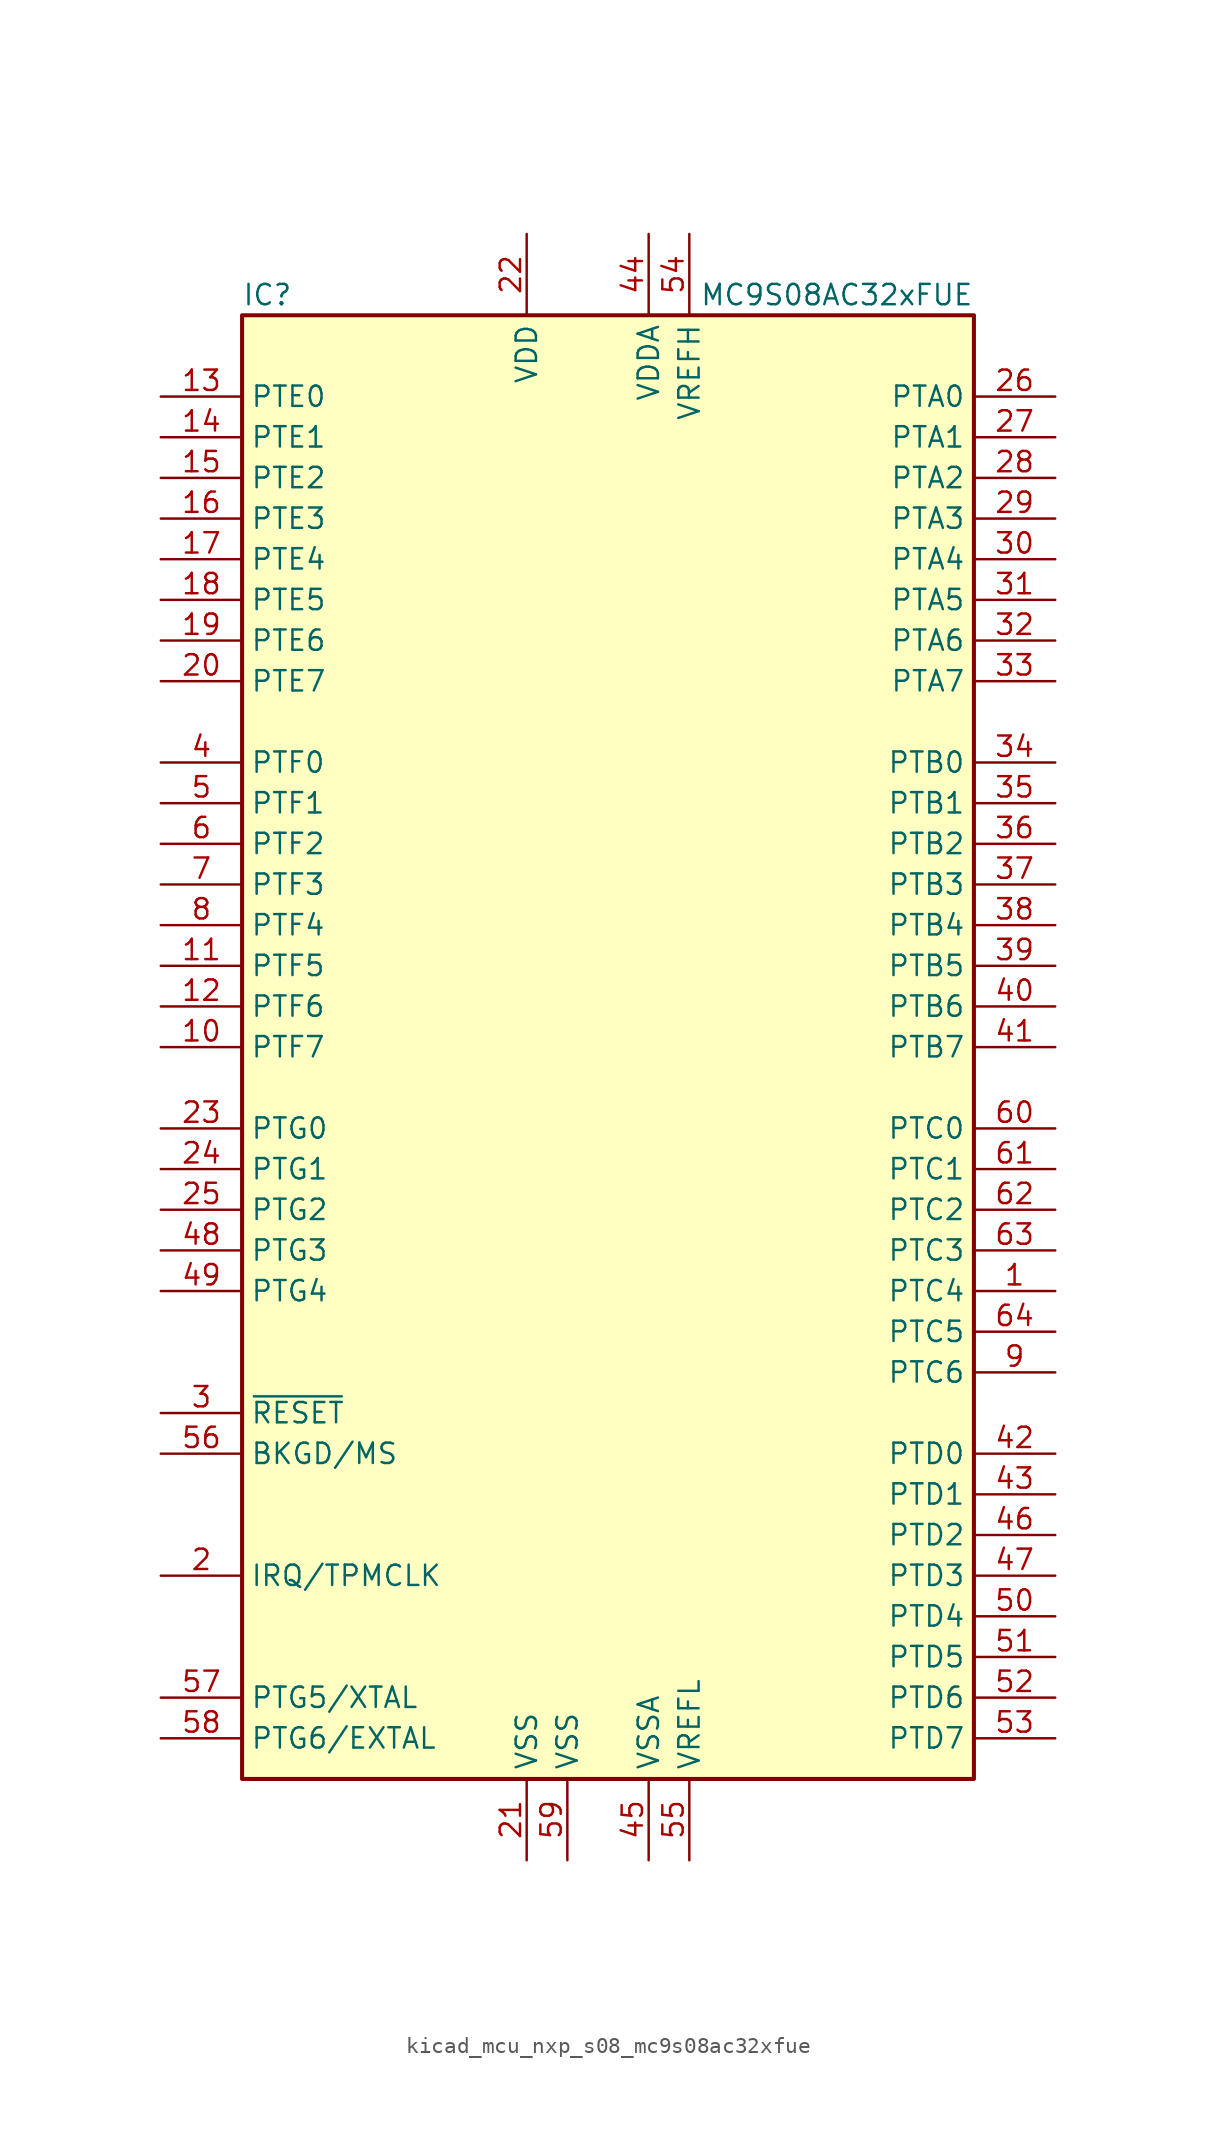
<source format=kicad_sym>
(kicad_symbol_lib
  (version 20220914)
  (generator kicad_symbol_editor)
  (symbol "kicad_mcu_nxp_s08_mc9s08ac32xfue"
    (property "Reference" "IC"
      (at -22.86 46.99 0)
      (effects (font (size 1.27 1.27)) (justify left)))
    (property "Value" "MC9S08AC32xFUE"
      (at 22.86 46.99 0)
      (effects (font (size 1.27 1.27)) (justify right)))
    (symbol "kicad_mcu_nxp_s08_mc9s08ac32xfue_0_1"
      (rectangle (start -22.86 45.72) (end 22.86 -45.72) (stroke (width 0.254) (type default)) (fill (type background))))
    (symbol "kicad_mcu_nxp_s08_mc9s08ac32xfue_1_1"
      (pin bidirectional line (at 27.94 -15.24 180) (length 5.08) (name "PTC4" (effects (font (size 1.27 1.27)))) (number "1" (effects (font (size 1.27 1.27)))))
      (pin bidirectional line (at -27.94 0 0) (length 5.08) (name "PTF7" (effects (font (size 1.27 1.27)))) (number "10" (effects (font (size 1.27 1.27)))))
      (pin bidirectional line (at -27.94 5.08 0) (length 5.08) (name "PTF5" (effects (font (size 1.27 1.27)))) (number "11" (effects (font (size 1.27 1.27)))))
      (pin bidirectional line (at -27.94 2.54 0) (length 5.08) (name "PTF6" (effects (font (size 1.27 1.27)))) (number "12" (effects (font (size 1.27 1.27)))))
      (pin bidirectional line (at -27.94 40.64 0) (length 5.08) (name "PTE0" (effects (font (size 1.27 1.27)))) (number "13" (effects (font (size 1.27 1.27)))))
      (pin bidirectional line (at -27.94 38.1 0) (length 5.08) (name "PTE1" (effects (font (size 1.27 1.27)))) (number "14" (effects (font (size 1.27 1.27)))))
      (pin bidirectional line (at -27.94 35.56 0) (length 5.08) (name "PTE2" (effects (font (size 1.27 1.27)))) (number "15" (effects (font (size 1.27 1.27)))))
      (pin bidirectional line (at -27.94 33.02 0) (length 5.08) (name "PTE3" (effects (font (size 1.27 1.27)))) (number "16" (effects (font (size 1.27 1.27)))))
      (pin bidirectional line (at -27.94 30.48 0) (length 5.08) (name "PTE4" (effects (font (size 1.27 1.27)))) (number "17" (effects (font (size 1.27 1.27)))))
      (pin bidirectional line (at -27.94 27.94 0) (length 5.08) (name "PTE5" (effects (font (size 1.27 1.27)))) (number "18" (effects (font (size 1.27 1.27)))))
      (pin bidirectional line (at -27.94 25.4 0) (length 5.08) (name "PTE6" (effects (font (size 1.27 1.27)))) (number "19" (effects (font (size 1.27 1.27)))))
      (pin input line (at -27.94 -33.02 0) (length 5.08) (name "IRQ/TPMCLK" (effects (font (size 1.27 1.27)))) (number "2" (effects (font (size 1.27 1.27)))))
      (pin bidirectional line (at -27.94 22.86 0) (length 5.08) (name "PTE7" (effects (font (size 1.27 1.27)))) (number "20" (effects (font (size 1.27 1.27)))))
      (pin power_in line (at -5.08 -50.8 90) (length 5.08) (name "VSS" (effects (font (size 1.27 1.27)))) (number "21" (effects (font (size 1.27 1.27)))))
      (pin power_in line (at -5.08 50.8 270) (length 5.08) (name "VDD" (effects (font (size 1.27 1.27)))) (number "22" (effects (font (size 1.27 1.27)))))
      (pin bidirectional line (at -27.94 -5.08 0) (length 5.08) (name "PTG0" (effects (font (size 1.27 1.27)))) (number "23" (effects (font (size 1.27 1.27)))))
      (pin bidirectional line (at -27.94 -7.62 0) (length 5.08) (name "PTG1" (effects (font (size 1.27 1.27)))) (number "24" (effects (font (size 1.27 1.27)))))
      (pin bidirectional line (at -27.94 -10.16 0) (length 5.08) (name "PTG2" (effects (font (size 1.27 1.27)))) (number "25" (effects (font (size 1.27 1.27)))))
      (pin bidirectional line (at 27.94 40.64 180) (length 5.08) (name "PTA0" (effects (font (size 1.27 1.27)))) (number "26" (effects (font (size 1.27 1.27)))))
      (pin bidirectional line (at 27.94 38.1 180) (length 5.08) (name "PTA1" (effects (font (size 1.27 1.27)))) (number "27" (effects (font (size 1.27 1.27)))))
      (pin bidirectional line (at 27.94 35.56 180) (length 5.08) (name "PTA2" (effects (font (size 1.27 1.27)))) (number "28" (effects (font (size 1.27 1.27)))))
      (pin bidirectional line (at 27.94 33.02 180) (length 5.08) (name "PTA3" (effects (font (size 1.27 1.27)))) (number "29" (effects (font (size 1.27 1.27)))))
      (pin input line (at -27.94 -22.86 0) (length 5.08) (name "~{RESET}" (effects (font (size 1.27 1.27)))) (number "3" (effects (font (size 1.27 1.27)))))
      (pin bidirectional line (at 27.94 30.48 180) (length 5.08) (name "PTA4" (effects (font (size 1.27 1.27)))) (number "30" (effects (font (size 1.27 1.27)))))
      (pin bidirectional line (at 27.94 27.94 180) (length 5.08) (name "PTA5" (effects (font (size 1.27 1.27)))) (number "31" (effects (font (size 1.27 1.27)))))
      (pin bidirectional line (at 27.94 25.4 180) (length 5.08) (name "PTA6" (effects (font (size 1.27 1.27)))) (number "32" (effects (font (size 1.27 1.27)))))
      (pin bidirectional line (at 27.94 22.86 180) (length 5.08) (name "PTA7" (effects (font (size 1.27 1.27)))) (number "33" (effects (font (size 1.27 1.27)))))
      (pin bidirectional line (at 27.94 17.78 180) (length 5.08) (name "PTB0" (effects (font (size 1.27 1.27)))) (number "34" (effects (font (size 1.27 1.27)))))
      (pin bidirectional line (at 27.94 15.24 180) (length 5.08) (name "PTB1" (effects (font (size 1.27 1.27)))) (number "35" (effects (font (size 1.27 1.27)))))
      (pin bidirectional line (at 27.94 12.7 180) (length 5.08) (name "PTB2" (effects (font (size 1.27 1.27)))) (number "36" (effects (font (size 1.27 1.27)))))
      (pin bidirectional line (at 27.94 10.16 180) (length 5.08) (name "PTB3" (effects (font (size 1.27 1.27)))) (number "37" (effects (font (size 1.27 1.27)))))
      (pin bidirectional line (at 27.94 7.62 180) (length 5.08) (name "PTB4" (effects (font (size 1.27 1.27)))) (number "38" (effects (font (size 1.27 1.27)))))
      (pin bidirectional line (at 27.94 5.08 180) (length 5.08) (name "PTB5" (effects (font (size 1.27 1.27)))) (number "39" (effects (font (size 1.27 1.27)))))
      (pin bidirectional line (at -27.94 17.78 0) (length 5.08) (name "PTF0" (effects (font (size 1.27 1.27)))) (number "4" (effects (font (size 1.27 1.27)))))
      (pin bidirectional line (at 27.94 2.54 180) (length 5.08) (name "PTB6" (effects (font (size 1.27 1.27)))) (number "40" (effects (font (size 1.27 1.27)))))
      (pin bidirectional line (at 27.94 0 180) (length 5.08) (name "PTB7" (effects (font (size 1.27 1.27)))) (number "41" (effects (font (size 1.27 1.27)))))
      (pin bidirectional line (at 27.94 -25.4 180) (length 5.08) (name "PTD0" (effects (font (size 1.27 1.27)))) (number "42" (effects (font (size 1.27 1.27)))))
      (pin bidirectional line (at 27.94 -27.94 180) (length 5.08) (name "PTD1" (effects (font (size 1.27 1.27)))) (number "43" (effects (font (size 1.27 1.27)))))
      (pin power_in line (at 2.54 50.8 270) (length 5.08) (name "VDDA" (effects (font (size 1.27 1.27)))) (number "44" (effects (font (size 1.27 1.27)))))
      (pin power_in line (at 2.54 -50.8 90) (length 5.08) (name "VSSA" (effects (font (size 1.27 1.27)))) (number "45" (effects (font (size 1.27 1.27)))))
      (pin bidirectional line (at 27.94 -30.48 180) (length 5.08) (name "PTD2" (effects (font (size 1.27 1.27)))) (number "46" (effects (font (size 1.27 1.27)))))
      (pin bidirectional line (at 27.94 -33.02 180) (length 5.08) (name "PTD3" (effects (font (size 1.27 1.27)))) (number "47" (effects (font (size 1.27 1.27)))))
      (pin bidirectional line (at -27.94 -12.7 0) (length 5.08) (name "PTG3" (effects (font (size 1.27 1.27)))) (number "48" (effects (font (size 1.27 1.27)))))
      (pin bidirectional line (at -27.94 -15.24 0) (length 5.08) (name "PTG4" (effects (font (size 1.27 1.27)))) (number "49" (effects (font (size 1.27 1.27)))))
      (pin bidirectional line (at -27.94 15.24 0) (length 5.08) (name "PTF1" (effects (font (size 1.27 1.27)))) (number "5" (effects (font (size 1.27 1.27)))))
      (pin bidirectional line (at 27.94 -35.56 180) (length 5.08) (name "PTD4" (effects (font (size 1.27 1.27)))) (number "50" (effects (font (size 1.27 1.27)))))
      (pin bidirectional line (at 27.94 -38.1 180) (length 5.08) (name "PTD5" (effects (font (size 1.27 1.27)))) (number "51" (effects (font (size 1.27 1.27)))))
      (pin bidirectional line (at 27.94 -40.64 180) (length 5.08) (name "PTD6" (effects (font (size 1.27 1.27)))) (number "52" (effects (font (size 1.27 1.27)))))
      (pin bidirectional line (at 27.94 -43.18 180) (length 5.08) (name "PTD7" (effects (font (size 1.27 1.27)))) (number "53" (effects (font (size 1.27 1.27)))))
      (pin power_in line (at 5.08 50.8 270) (length 5.08) (name "VREFH" (effects (font (size 1.27 1.27)))) (number "54" (effects (font (size 1.27 1.27)))))
      (pin power_in line (at 5.08 -50.8 90) (length 5.08) (name "VREFL" (effects (font (size 1.27 1.27)))) (number "55" (effects (font (size 1.27 1.27)))))
      (pin bidirectional line (at -27.94 -25.4 0) (length 5.08) (name "BKGD/MS" (effects (font (size 1.27 1.27)))) (number "56" (effects (font (size 1.27 1.27)))))
      (pin bidirectional line (at -27.94 -40.64 0) (length 5.08) (name "PTG5/XTAL" (effects (font (size 1.27 1.27)))) (number "57" (effects (font (size 1.27 1.27)))))
      (pin bidirectional line (at -27.94 -43.18 0) (length 5.08) (name "PTG6/EXTAL" (effects (font (size 1.27 1.27)))) (number "58" (effects (font (size 1.27 1.27)))))
      (pin power_in line (at -2.54 -50.8 90) (length 5.08) (name "VSS" (effects (font (size 1.27 1.27)))) (number "59" (effects (font (size 1.27 1.27)))))
      (pin bidirectional line (at -27.94 12.7 0) (length 5.08) (name "PTF2" (effects (font (size 1.27 1.27)))) (number "6" (effects (font (size 1.27 1.27)))))
      (pin bidirectional line (at 27.94 -5.08 180) (length 5.08) (name "PTC0" (effects (font (size 1.27 1.27)))) (number "60" (effects (font (size 1.27 1.27)))))
      (pin bidirectional line (at 27.94 -7.62 180) (length 5.08) (name "PTC1" (effects (font (size 1.27 1.27)))) (number "61" (effects (font (size 1.27 1.27)))))
      (pin bidirectional line (at 27.94 -10.16 180) (length 5.08) (name "PTC2" (effects (font (size 1.27 1.27)))) (number "62" (effects (font (size 1.27 1.27)))))
      (pin bidirectional line (at 27.94 -12.7 180) (length 5.08) (name "PTC3" (effects (font (size 1.27 1.27)))) (number "63" (effects (font (size 1.27 1.27)))))
      (pin bidirectional line (at 27.94 -17.78 180) (length 5.08) (name "PTC5" (effects (font (size 1.27 1.27)))) (number "64" (effects (font (size 1.27 1.27)))))
      (pin bidirectional line (at -27.94 10.16 0) (length 5.08) (name "PTF3" (effects (font (size 1.27 1.27)))) (number "7" (effects (font (size 1.27 1.27)))))
      (pin bidirectional line (at -27.94 7.62 0) (length 5.08) (name "PTF4" (effects (font (size 1.27 1.27)))) (number "8" (effects (font (size 1.27 1.27)))))
      (pin bidirectional line (at 27.94 -20.32 180) (length 5.08) (name "PTC6" (effects (font (size 1.27 1.27)))) (number "9" (effects (font (size 1.27 1.27))))))))
</source>
